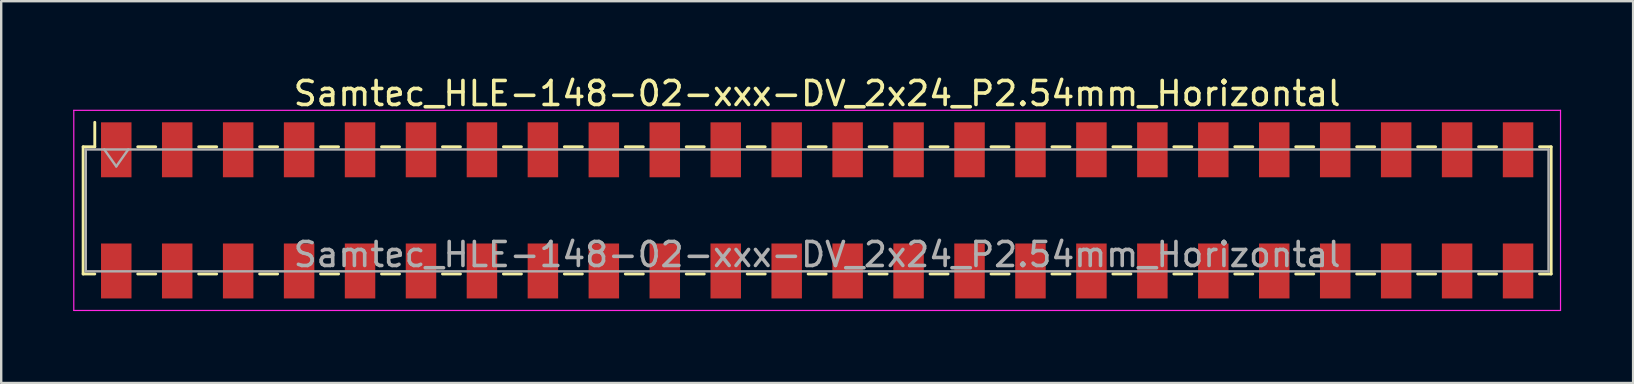
<source format=kicad_pcb>
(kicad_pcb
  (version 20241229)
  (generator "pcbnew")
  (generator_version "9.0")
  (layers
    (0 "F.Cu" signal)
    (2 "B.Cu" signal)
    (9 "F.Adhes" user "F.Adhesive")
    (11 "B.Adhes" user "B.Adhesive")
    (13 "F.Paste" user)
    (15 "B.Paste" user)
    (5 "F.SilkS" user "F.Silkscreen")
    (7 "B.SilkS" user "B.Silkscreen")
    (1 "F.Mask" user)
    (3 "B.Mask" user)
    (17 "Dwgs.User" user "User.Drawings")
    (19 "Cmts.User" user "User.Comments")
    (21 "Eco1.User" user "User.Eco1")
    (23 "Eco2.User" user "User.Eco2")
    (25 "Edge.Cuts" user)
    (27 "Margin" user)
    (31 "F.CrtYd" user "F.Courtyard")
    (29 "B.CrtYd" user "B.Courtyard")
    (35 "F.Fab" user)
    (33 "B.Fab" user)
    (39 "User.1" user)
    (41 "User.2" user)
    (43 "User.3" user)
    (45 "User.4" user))
  (footprint "Samtec_HLE-148-02-xxx-DV_2x24_P2.54mm_Horizontal"
    (layer "F.Cu")
    (at 31.005 5.718)
    (property "Reference" "Samtec_HLE-148-02-xxx-DV_2x24_P2.54mm_Horizontal" (at 0 -4.87 0) (layer "F.SilkS") (effects (font (size 1 1) (thickness 0.15))))
    (attr smd)
    (fp_line (start -30.59 -2.65) (end -30.59 2.65) (stroke (width 0.12) (type solid)) (layer "F.SilkS"))
    (fp_line (start -30.59 2.65) (end -30.105 2.65) (stroke (width 0.12) (type solid)) (layer "F.SilkS"))
    (fp_line (start -30.105 -3.67) (end -30.105 -2.65) (stroke (width 0.12) (type solid)) (layer "F.SilkS"))
    (fp_line (start -30.105 -2.65) (end -30.59 -2.65) (stroke (width 0.12) (type solid)) (layer "F.SilkS"))
    (fp_line (start -28.315 -2.65) (end -27.565 -2.65) (stroke (width 0.12) (type solid)) (layer "F.SilkS"))
    (fp_line (start -28.315 2.65) (end -27.565 2.65) (stroke (width 0.12) (type solid)) (layer "F.SilkS"))
    (fp_line (start -25.775 -2.65) (end -25.025 -2.65) (stroke (width 0.12) (type solid)) (layer "F.SilkS"))
    (fp_line (start -25.775 2.65) (end -25.025 2.65) (stroke (width 0.12) (type solid)) (layer "F.SilkS"))
    (fp_line (start -23.235 -2.65) (end -22.485 -2.65) (stroke (width 0.12) (type solid)) (layer "F.SilkS"))
    (fp_line (start -23.235 2.65) (end -22.485 2.65) (stroke (width 0.12) (type solid)) (layer "F.SilkS"))
    (fp_line (start -20.695 -2.65) (end -19.945 -2.65) (stroke (width 0.12) (type solid)) (layer "F.SilkS"))
    (fp_line (start -20.695 2.65) (end -19.945 2.65) (stroke (width 0.12) (type solid)) (layer "F.SilkS"))
    (fp_line (start -18.155 -2.65) (end -17.405 -2.65) (stroke (width 0.12) (type solid)) (layer "F.SilkS"))
    (fp_line (start -18.155 2.65) (end -17.405 2.65) (stroke (width 0.12) (type solid)) (layer "F.SilkS"))
    (fp_line (start -15.615 -2.65) (end -14.865 -2.65) (stroke (width 0.12) (type solid)) (layer "F.SilkS"))
    (fp_line (start -15.615 2.65) (end -14.865 2.65) (stroke (width 0.12) (type solid)) (layer "F.SilkS"))
    (fp_line (start -13.075 -2.65) (end -12.325 -2.65) (stroke (width 0.12) (type solid)) (layer "F.SilkS"))
    (fp_line (start -13.075 2.65) (end -12.325 2.65) (stroke (width 0.12) (type solid)) (layer "F.SilkS"))
    (fp_line (start -10.535 -2.65) (end -9.785 -2.65) (stroke (width 0.12) (type solid)) (layer "F.SilkS"))
    (fp_line (start -10.535 2.65) (end -9.785 2.65) (stroke (width 0.12) (type solid)) (layer "F.SilkS"))
    (fp_line (start -7.995 -2.65) (end -7.245 -2.65) (stroke (width 0.12) (type solid)) (layer "F.SilkS"))
    (fp_line (start -7.995 2.65) (end -7.245 2.65) (stroke (width 0.12) (type solid)) (layer "F.SilkS"))
    (fp_line (start -5.455 -2.65) (end -4.705 -2.65) (stroke (width 0.12) (type solid)) (layer "F.SilkS"))
    (fp_line (start -5.455 2.65) (end -4.705 2.65) (stroke (width 0.12) (type solid)) (layer "F.SilkS"))
    (fp_line (start -2.915 -2.65) (end -2.165 -2.65) (stroke (width 0.12) (type solid)) (layer "F.SilkS"))
    (fp_line (start -2.915 2.65) (end -2.165 2.65) (stroke (width 0.12) (type solid)) (layer "F.SilkS"))
    (fp_line (start -0.375 -2.65) (end 0.375 -2.65) (stroke (width 0.12) (type solid)) (layer "F.SilkS"))
    (fp_line (start -0.375 2.65) (end 0.375 2.65) (stroke (width 0.12) (type solid)) (layer "F.SilkS"))
    (fp_line (start 2.165 -2.65) (end 2.915 -2.65) (stroke (width 0.12) (type solid)) (layer "F.SilkS"))
    (fp_line (start 2.165 2.65) (end 2.915 2.65) (stroke (width 0.12) (type solid)) (layer "F.SilkS"))
    (fp_line (start 4.705 -2.65) (end 5.455 -2.65) (stroke (width 0.12) (type solid)) (layer "F.SilkS"))
    (fp_line (start 4.705 2.65) (end 5.455 2.65) (stroke (width 0.12) (type solid)) (layer "F.SilkS"))
    (fp_line (start 7.245 -2.65) (end 7.995 -2.65) (stroke (width 0.12) (type solid)) (layer "F.SilkS"))
    (fp_line (start 7.245 2.65) (end 7.995 2.65) (stroke (width 0.12) (type solid)) (layer "F.SilkS"))
    (fp_line (start 9.785 -2.65) (end 10.535 -2.65) (stroke (width 0.12) (type solid)) (layer "F.SilkS"))
    (fp_line (start 9.785 2.65) (end 10.535 2.65) (stroke (width 0.12) (type solid)) (layer "F.SilkS"))
    (fp_line (start 12.325 -2.65) (end 13.075 -2.65) (stroke (width 0.12) (type solid)) (layer "F.SilkS"))
    (fp_line (start 12.325 2.65) (end 13.075 2.65) (stroke (width 0.12) (type solid)) (layer "F.SilkS"))
    (fp_line (start 14.865 -2.65) (end 15.615 -2.65) (stroke (width 0.12) (type solid)) (layer "F.SilkS"))
    (fp_line (start 14.865 2.65) (end 15.615 2.65) (stroke (width 0.12) (type solid)) (layer "F.SilkS"))
    (fp_line (start 17.405 -2.65) (end 18.155 -2.65) (stroke (width 0.12) (type solid)) (layer "F.SilkS"))
    (fp_line (start 17.405 2.65) (end 18.155 2.65) (stroke (width 0.12) (type solid)) (layer "F.SilkS"))
    (fp_line (start 19.945 -2.65) (end 20.695 -2.65) (stroke (width 0.12) (type solid)) (layer "F.SilkS"))
    (fp_line (start 19.945 2.65) (end 20.695 2.65) (stroke (width 0.12) (type solid)) (layer "F.SilkS"))
    (fp_line (start 22.485 -2.65) (end 23.235 -2.65) (stroke (width 0.12) (type solid)) (layer "F.SilkS"))
    (fp_line (start 22.485 2.65) (end 23.235 2.65) (stroke (width 0.12) (type solid)) (layer "F.SilkS"))
    (fp_line (start 25.025 -2.65) (end 25.775 -2.65) (stroke (width 0.12) (type solid)) (layer "F.SilkS"))
    (fp_line (start 25.025 2.65) (end 25.775 2.65) (stroke (width 0.12) (type solid)) (layer "F.SilkS"))
    (fp_line (start 27.565 -2.65) (end 28.315 -2.65) (stroke (width 0.12) (type solid)) (layer "F.SilkS"))
    (fp_line (start 27.565 2.65) (end 28.315 2.65) (stroke (width 0.12) (type solid)) (layer "F.SilkS"))
    (fp_line (start 30.105 -2.65) (end 30.59 -2.65) (stroke (width 0.12) (type solid)) (layer "F.SilkS"))
    (fp_line (start 30.59 -2.65) (end 30.59 2.65) (stroke (width 0.12) (type solid)) (layer "F.SilkS"))
    (fp_line (start 30.59 2.65) (end 30.105 2.65) (stroke (width 0.12) (type solid)) (layer "F.SilkS"))
    (fp_line (start -30.98 -4.17) (end 30.98 -4.17) (stroke (width 0.05) (type solid)) (layer "F.CrtYd"))
    (fp_line (start -30.98 4.17) (end -30.98 -4.17) (stroke (width 0.05) (type solid)) (layer "F.CrtYd"))
    (fp_line (start 30.98 -4.17) (end 30.98 4.17) (stroke (width 0.05) (type solid)) (layer "F.CrtYd"))
    (fp_line (start 30.98 4.17) (end -30.98 4.17) (stroke (width 0.05) (type solid)) (layer "F.CrtYd"))
    (fp_line (start -30.48 -2.54) (end 30.48 -2.54) (stroke (width 0.1) (type solid)) (layer "F.Fab"))
    (fp_line (start -30.48 2.54) (end -30.48 -2.54) (stroke (width 0.1) (type solid)) (layer "F.Fab"))
    (fp_line (start -29.71 -2.54) (end -29.21 -1.833) (stroke (width 0.1) (type solid)) (layer "F.Fab"))
    (fp_line (start -29.21 -1.833) (end -28.71 -2.54) (stroke (width 0.1) (type solid)) (layer "F.Fab"))
    (fp_line (start 30.48 -2.54) (end 30.48 2.54) (stroke (width 0.1) (type solid)) (layer "F.Fab"))
    (fp_line (start 30.48 2.54) (end -30.48 2.54) (stroke (width 0.1) (type solid)) (layer "F.Fab"))
    (fp_text user "${REFERENCE}" (at 0 1.84 0) (layer "F.Fab") (effects (font (size 1 1) (thickness 0.15))))
    (pad "1" smd rect (at -29.21 -2.525) (size 1.27 2.29) (layers "F.Cu" "F.Mask" "F.Paste"))
    (pad "2" smd rect (at -29.21 2.525) (size 1.27 2.29) (layers "F.Cu" "F.Mask" "F.Paste"))
    (pad "3" smd rect (at -26.67 -2.525) (size 1.27 2.29) (layers "F.Cu" "F.Mask" "F.Paste"))
    (pad "4" smd rect (at -26.67 2.525) (size 1.27 2.29) (layers "F.Cu" "F.Mask" "F.Paste"))
    (pad "5" smd rect (at -24.13 -2.525) (size 1.27 2.29) (layers "F.Cu" "F.Mask" "F.Paste"))
    (pad "6" smd rect (at -24.13 2.525) (size 1.27 2.29) (layers "F.Cu" "F.Mask" "F.Paste"))
    (pad "7" smd rect (at -21.59 -2.525) (size 1.27 2.29) (layers "F.Cu" "F.Mask" "F.Paste"))
    (pad "8" smd rect (at -21.59 2.525) (size 1.27 2.29) (layers "F.Cu" "F.Mask" "F.Paste"))
    (pad "9" smd rect (at -19.05 -2.525) (size 1.27 2.29) (layers "F.Cu" "F.Mask" "F.Paste"))
    (pad "10" smd rect (at -19.05 2.525) (size 1.27 2.29) (layers "F.Cu" "F.Mask" "F.Paste"))
    (pad "11" smd rect (at -16.51 -2.525) (size 1.27 2.29) (layers "F.Cu" "F.Mask" "F.Paste"))
    (pad "12" smd rect (at -16.51 2.525) (size 1.27 2.29) (layers "F.Cu" "F.Mask" "F.Paste"))
    (pad "13" smd rect (at -13.97 -2.525) (size 1.27 2.29) (layers "F.Cu" "F.Mask" "F.Paste"))
    (pad "14" smd rect (at -13.97 2.525) (size 1.27 2.29) (layers "F.Cu" "F.Mask" "F.Paste"))
    (pad "15" smd rect (at -11.43 -2.525) (size 1.27 2.29) (layers "F.Cu" "F.Mask" "F.Paste"))
    (pad "16" smd rect (at -11.43 2.525) (size 1.27 2.29) (layers "F.Cu" "F.Mask" "F.Paste"))
    (pad "17" smd rect (at -8.89 -2.525) (size 1.27 2.29) (layers "F.Cu" "F.Mask" "F.Paste"))
    (pad "18" smd rect (at -8.89 2.525) (size 1.27 2.29) (layers "F.Cu" "F.Mask" "F.Paste"))
    (pad "19" smd rect (at -6.35 -2.525) (size 1.27 2.29) (layers "F.Cu" "F.Mask" "F.Paste"))
    (pad "20" smd rect (at -6.35 2.525) (size 1.27 2.29) (layers "F.Cu" "F.Mask" "F.Paste"))
    (pad "21" smd rect (at -3.81 -2.525) (size 1.27 2.29) (layers "F.Cu" "F.Mask" "F.Paste"))
    (pad "22" smd rect (at -3.81 2.525) (size 1.27 2.29) (layers "F.Cu" "F.Mask" "F.Paste"))
    (pad "23" smd rect (at -1.27 -2.525) (size 1.27 2.29) (layers "F.Cu" "F.Mask" "F.Paste"))
    (pad "24" smd rect (at -1.27 2.525) (size 1.27 2.29) (layers "F.Cu" "F.Mask" "F.Paste"))
    (pad "25" smd rect (at 1.27 -2.525) (size 1.27 2.29) (layers "F.Cu" "F.Mask" "F.Paste"))
    (pad "26" smd rect (at 1.27 2.525) (size 1.27 2.29) (layers "F.Cu" "F.Mask" "F.Paste"))
    (pad "27" smd rect (at 3.81 -2.525) (size 1.27 2.29) (layers "F.Cu" "F.Mask" "F.Paste"))
    (pad "28" smd rect (at 3.81 2.525) (size 1.27 2.29) (layers "F.Cu" "F.Mask" "F.Paste"))
    (pad "29" smd rect (at 6.35 -2.525) (size 1.27 2.29) (layers "F.Cu" "F.Mask" "F.Paste"))
    (pad "30" smd rect (at 6.35 2.525) (size 1.27 2.29) (layers "F.Cu" "F.Mask" "F.Paste"))
    (pad "31" smd rect (at 8.89 -2.525) (size 1.27 2.29) (layers "F.Cu" "F.Mask" "F.Paste"))
    (pad "32" smd rect (at 8.89 2.525) (size 1.27 2.29) (layers "F.Cu" "F.Mask" "F.Paste"))
    (pad "33" smd rect (at 11.43 -2.525) (size 1.27 2.29) (layers "F.Cu" "F.Mask" "F.Paste"))
    (pad "34" smd rect (at 11.43 2.525) (size 1.27 2.29) (layers "F.Cu" "F.Mask" "F.Paste"))
    (pad "35" smd rect (at 13.97 -2.525) (size 1.27 2.29) (layers "F.Cu" "F.Mask" "F.Paste"))
    (pad "36" smd rect (at 13.97 2.525) (size 1.27 2.29) (layers "F.Cu" "F.Mask" "F.Paste"))
    (pad "37" smd rect (at 16.51 -2.525) (size 1.27 2.29) (layers "F.Cu" "F.Mask" "F.Paste"))
    (pad "38" smd rect (at 16.51 2.525) (size 1.27 2.29) (layers "F.Cu" "F.Mask" "F.Paste"))
    (pad "39" smd rect (at 19.05 -2.525) (size 1.27 2.29) (layers "F.Cu" "F.Mask" "F.Paste"))
    (pad "40" smd rect (at 19.05 2.525) (size 1.27 2.29) (layers "F.Cu" "F.Mask" "F.Paste"))
    (pad "41" smd rect (at 21.59 -2.525) (size 1.27 2.29) (layers "F.Cu" "F.Mask" "F.Paste"))
    (pad "42" smd rect (at 21.59 2.525) (size 1.27 2.29) (layers "F.Cu" "F.Mask" "F.Paste"))
    (pad "43" smd rect (at 24.13 -2.525) (size 1.27 2.29) (layers "F.Cu" "F.Mask" "F.Paste"))
    (pad "44" smd rect (at 24.13 2.525) (size 1.27 2.29) (layers "F.Cu" "F.Mask" "F.Paste"))
    (pad "45" smd rect (at 26.67 -2.525) (size 1.27 2.29) (layers "F.Cu" "F.Mask" "F.Paste"))
    (pad "46" smd rect (at 26.67 2.525) (size 1.27 2.29) (layers "F.Cu" "F.Mask" "F.Paste"))
    (pad "47" smd rect (at 29.21 -2.525) (size 1.27 2.29) (layers "F.Cu" "F.Mask" "F.Paste"))
    (pad "48" smd rect (at 29.21 2.525) (size 1.27 2.29) (layers "F.Cu" "F.Mask" "F.Paste")))
  (gr_rect
    (start -3 -3)
    (end 65.01 12.913)
    (stroke (width 0.1) (type default))
    (fill no)
    (layer "Edge.Cuts")))
</source>
